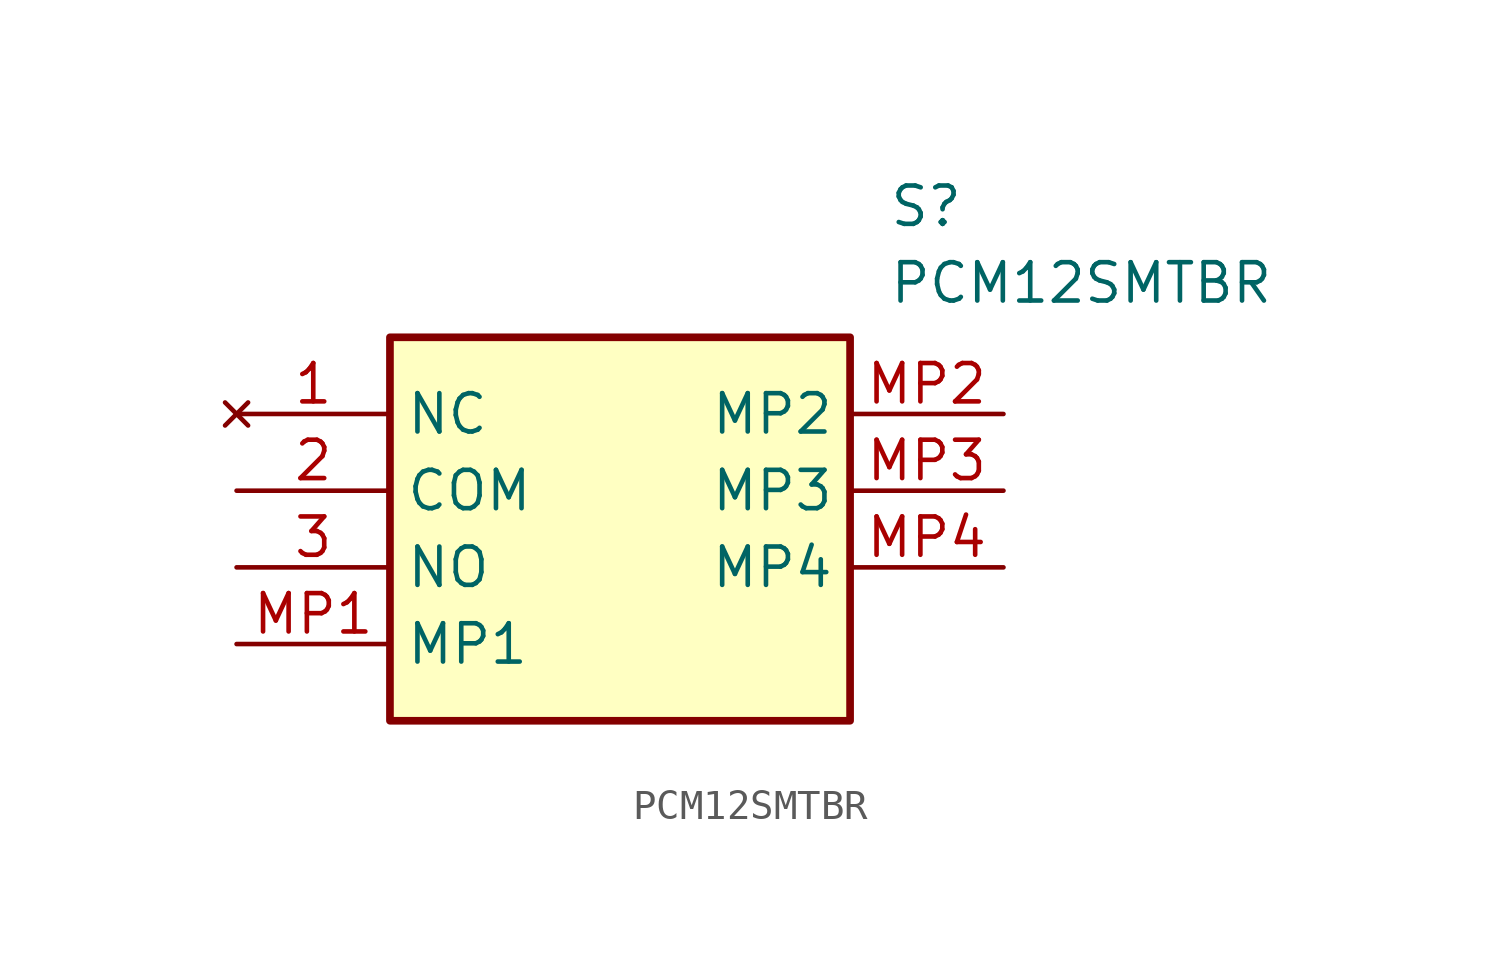
<source format=kicad_sym>
(kicad_symbol_lib
  (version 20211014)
  (generator SamacSys_ECAD_Model)
  (symbol "PCM12SMTBR"
    (property "Reference" "S"
      (at 21.59 7.62 0)
      (effects (font (size 1.27 1.27)) (justify left top)))
    (property "Value" "PCM12SMTBR"
      (at 21.59 5.08 0)
      (effects (font (size 1.27 1.27)) (justify left top)))
    (rectangle
      (start 5.08 2.54)
      (end 20.32 -10.16)
      (stroke (width 0.254) (type default))
      (fill (type background)))
    (pin no_connect line
      (at 0 0 0)
      (length 5.08)
      (name "NC" (effects (font (size 1.27 1.27))))
      (number "1" (effects (font (size 1.27 1.27)))))
    (pin passive line
      (at 0 -2.54 0)
      (length 5.08)
      (name "COM" (effects (font (size 1.27 1.27))))
      (number "2" (effects (font (size 1.27 1.27)))))
    (pin passive line
      (at 0 -5.08 0)
      (length 5.08)
      (name "NO" (effects (font (size 1.27 1.27))))
      (number "3" (effects (font (size 1.27 1.27)))))
    (pin passive line
      (at 0 -7.62 0)
      (length 5.08)
      (name "MP1" (effects (font (size 1.27 1.27))))
      (number "MP1" (effects (font (size 1.27 1.27)))))
    (pin passive line
      (at 25.4 0 180)
      (length 5.08)
      (name "MP2" (effects (font (size 1.27 1.27))))
      (number "MP2" (effects (font (size 1.27 1.27)))))
    (pin passive line
      (at 25.4 -2.54 180)
      (length 5.08)
      (name "MP3" (effects (font (size 1.27 1.27))))
      (number "MP3" (effects (font (size 1.27 1.27)))))
    (pin passive line
      (at 25.4 -5.08 180)
      (length 5.08)
      (name "MP4" (effects (font (size 1.27 1.27))))
      (number "MP4" (effects (font (size 1.27 1.27)))))))
</source>
